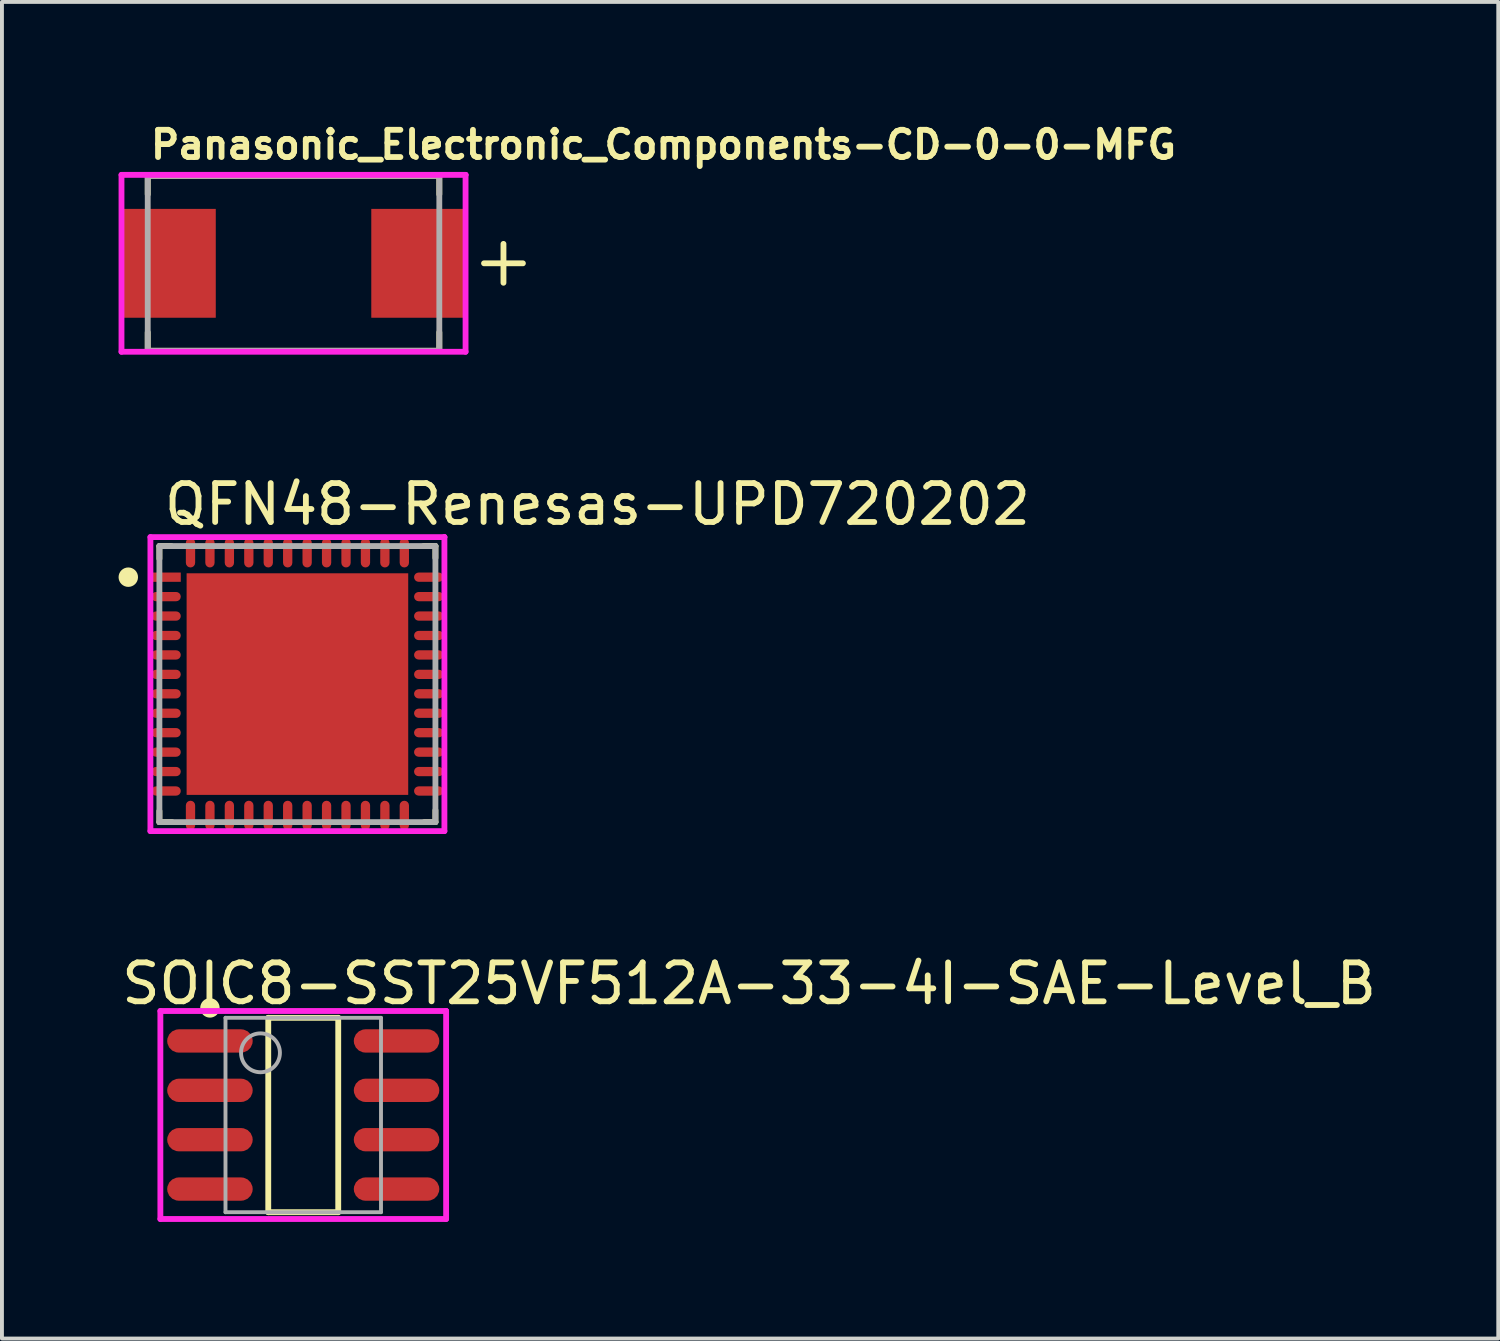
<source format=kicad_pcb>
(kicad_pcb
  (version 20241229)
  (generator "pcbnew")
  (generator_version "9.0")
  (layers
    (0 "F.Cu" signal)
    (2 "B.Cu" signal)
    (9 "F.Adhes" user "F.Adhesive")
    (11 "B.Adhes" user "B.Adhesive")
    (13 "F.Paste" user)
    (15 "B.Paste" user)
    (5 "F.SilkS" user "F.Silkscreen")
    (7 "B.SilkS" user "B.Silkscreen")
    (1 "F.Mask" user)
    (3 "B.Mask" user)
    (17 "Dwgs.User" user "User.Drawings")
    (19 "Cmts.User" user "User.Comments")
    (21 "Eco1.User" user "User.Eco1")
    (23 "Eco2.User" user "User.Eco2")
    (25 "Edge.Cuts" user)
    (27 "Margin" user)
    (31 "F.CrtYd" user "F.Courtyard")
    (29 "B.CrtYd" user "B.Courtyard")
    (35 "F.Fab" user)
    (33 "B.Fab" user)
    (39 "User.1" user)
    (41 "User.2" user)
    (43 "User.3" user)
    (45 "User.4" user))
  (footprint "Panasonic_Electronic_Components-CD-0-0-MFG"
    (layer "F.Cu")
    (at 4.5 3.723)
    (property "Reference" "Panasonic_Electronic_Components-CD-0-0-MFG" (at -3.75 -3.05 0) (layer "F.SilkS") (effects (font (size 0.7 0.7) (thickness 0.15)) (justify left)))
    (attr through_hole)
    (fp_line (start -3.75 -2.25) (end 3.75 -2.25) (stroke (width 0.15) (type solid)) (layer "F.SilkS"))
    (fp_line (start -3.75 -1.775) (end -3.75 -2.25) (stroke (width 0.15) (type solid)) (layer "F.SilkS"))
    (fp_line (start -3.75 2.25) (end -3.75 1.775) (stroke (width 0.15) (type solid)) (layer "F.SilkS"))
    (fp_line (start -3.75 2.25) (end 3.75 2.25) (stroke (width 0.15) (type solid)) (layer "F.SilkS"))
    (fp_line (start 3.75 -1.775) (end 3.75 -2.25) (stroke (width 0.15) (type solid)) (layer "F.SilkS"))
    (fp_line (start 3.75 2.25) (end 3.75 1.775) (stroke (width 0.15) (type solid)) (layer "F.SilkS"))
    (fp_line (start 4.9 0) (end 5.9 0) (stroke (width 0.15) (type solid)) (layer "F.SilkS"))
    (fp_line (start 5.4 0.5) (end 5.4 -0.5) (stroke (width 0.15) (type solid)) (layer "F.SilkS"))
    (fp_line (start -4.425 -2.275) (end -4.425 2.275) (stroke (width 0.15) (type solid)) (layer "F.CrtYd"))
    (fp_line (start -4.425 2.275) (end 4.425 2.275) (stroke (width 0.15) (type solid)) (layer "F.CrtYd"))
    (fp_line (start 4.425 -2.275) (end -4.425 -2.275) (stroke (width 0.15) (type solid)) (layer "F.CrtYd"))
    (fp_line (start 4.425 -2.275) (end 4.425 -2.275) (stroke (width 0.15) (type solid)) (layer "F.CrtYd"))
    (fp_line (start 4.425 2.275) (end 4.425 -2.275) (stroke (width 0.15) (type solid)) (layer "F.CrtYd"))
    (fp_line (start -3.75 -2.25) (end 3.75 -2.25) (stroke (width 0.15) (type solid)) (layer "F.Fab"))
    (fp_line (start -3.75 2.25) (end -3.75 -2.25) (stroke (width 0.15) (type solid)) (layer "F.Fab"))
    (fp_line (start 3.75 -2.25) (end 3.75 2.25) (stroke (width 0.15) (type solid)) (layer "F.Fab"))
    (fp_line (start 3.75 2.25) (end -3.75 2.25) (stroke (width 0.15) (type solid)) (layer "F.Fab"))
    (pad "1" smd rect (at 3.2 0) (size 2.4 2.8) (layers "F.Cu" "F.Mask" "F.Paste"))
    (pad "2" smd rect (at -3.2 0) (size 2.4 2.8) (layers "F.Cu" "F.Mask" "F.Paste")))
  (footprint "SOIC8-SST25VF512A-33-4I-SAE-Level_B"
    (layer "F.Cu")
    (at 4.75 25.63)
    (property "Reference" "SOIC8-SST25VF512A-33-4I-SAE-Level_B" (at -4.75 -3.38 0) (layer "F.SilkS") (effects (font (size 1 1) (thickness 0.15)) (justify left)))
    (attr through_hole)
    (fp_line (start -0.9 -2.5) (end 0.9 -2.5) (stroke (width 0.15) (type solid)) (layer "F.SilkS"))
    (fp_line (start -0.9 2.5) (end -0.9 -2.5) (stroke (width 0.15) (type solid)) (layer "F.SilkS"))
    (fp_line (start -0.9 2.5) (end 0.9 2.5) (stroke (width 0.15) (type solid)) (layer "F.SilkS"))
    (fp_line (start 0.9 2.5) (end 0.9 -2.5) (stroke (width 0.15) (type solid)) (layer "F.SilkS"))
    (fp_circle (center -2.4 -2.755) (end -2.275 -2.755) (stroke (width 0.25) (type solid)) (fill no) (layer "F.SilkS"))
    (fp_line (start -3.675 -2.675) (end -3.675 2.675) (stroke (width 0.15) (type solid)) (layer "F.CrtYd"))
    (fp_line (start -3.675 2.675) (end 3.675 2.675) (stroke (width 0.15) (type solid)) (layer "F.CrtYd"))
    (fp_line (start 3.675 -2.675) (end -3.675 -2.675) (stroke (width 0.15) (type solid)) (layer "F.CrtYd"))
    (fp_line (start 3.675 -2.675) (end 3.675 -2.675) (stroke (width 0.15) (type solid)) (layer "F.CrtYd"))
    (fp_line (start 3.675 2.675) (end 3.675 -2.675) (stroke (width 0.15) (type solid)) (layer "F.CrtYd"))
    (fp_line (start -2 -2.5) (end 2 -2.5) (stroke (width 0.1) (type solid)) (layer "F.Fab"))
    (fp_line (start -2 2.5) (end -2 -2.5) (stroke (width 0.1) (type solid)) (layer "F.Fab"))
    (fp_line (start -2 2.5) (end 2 2.5) (stroke (width 0.1) (type solid)) (layer "F.Fab"))
    (fp_line (start 2 2.5) (end 2 -2.5) (stroke (width 0.1) (type solid)) (layer "F.Fab"))
    (fp_circle (center -1.1 -1.6) (end -0.6 -1.6) (stroke (width 0.1) (type solid)) (fill no) (layer "F.Fab"))
    (pad "1" smd roundrect (at -2.4 -1.905 270) (size 0.6 2.2) (layers "F.Cu" "F.Mask" "F.Paste") (roundrect_rratio 0.5))
    (pad "2" smd roundrect (at -2.4 -0.635 270) (size 0.6 2.2) (layers "F.Cu" "F.Mask" "F.Paste") (roundrect_rratio 0.5))
    (pad "3" smd roundrect (at -2.4 0.635 270) (size 0.6 2.2) (layers "F.Cu" "F.Mask" "F.Paste") (roundrect_rratio 0.5))
    (pad "4" smd roundrect (at -2.4 1.905 270) (size 0.6 2.2) (layers "F.Cu" "F.Mask" "F.Paste") (roundrect_rratio 0.5))
    (pad "5" smd roundrect (at 2.4 1.905 270) (size 0.6 2.2) (layers "F.Cu" "F.Mask" "F.Paste") (roundrect_rratio 0.5))
    (pad "6" smd roundrect (at 2.4 0.635 270) (size 0.6 2.2) (layers "F.Cu" "F.Mask" "F.Paste") (roundrect_rratio 0.5))
    (pad "7" smd roundrect (at 2.4 -0.635 270) (size 0.6 2.2) (layers "F.Cu" "F.Mask" "F.Paste") (roundrect_rratio 0.5))
    (pad "8" smd roundrect (at 2.4 -1.905 270) (size 0.6 2.2) (layers "F.Cu" "F.Mask" "F.Paste") (roundrect_rratio 0.5)))
  (footprint "QFN48-Renesas-UPD720202"
    (layer "F.Cu")
    (at 4.6 14.546)
    (property "Reference" "QFN48-Renesas-UPD720202" (at -3.5 -4.625 0) (layer "F.SilkS") (effects (font (size 1 1) (thickness 0.15)) (justify left)))
    (attr through_hole)
    (fp_line (start -3.55 -3.55) (end -3.245 -3.55) (stroke (width 0.15) (type solid)) (layer "F.SilkS"))
    (fp_line (start -3.55 -3.225) (end -3.55 -3.55) (stroke (width 0.15) (type solid)) (layer "F.SilkS"))
    (fp_line (start -3.55 3.55) (end -3.55 3.264) (stroke (width 0.15) (type solid)) (layer "F.SilkS"))
    (fp_line (start -3.55 3.55) (end -3.225 3.55) (stroke (width 0.15) (type solid)) (layer "F.SilkS"))
    (fp_line (start 3.245 -3.55) (end 3.55 -3.55) (stroke (width 0.15) (type solid)) (layer "F.SilkS"))
    (fp_line (start 3.264 3.55) (end 3.55 3.55) (stroke (width 0.15) (type solid)) (layer "F.SilkS"))
    (fp_line (start 3.55 -3.245) (end 3.55 -3.55) (stroke (width 0.15) (type solid)) (layer "F.SilkS"))
    (fp_line (start 3.55 3.55) (end 3.55 3.245) (stroke (width 0.15) (type solid)) (layer "F.SilkS"))
    (fp_circle (center -4.35 -2.75) (end -4.225 -2.75) (stroke (width 0.25) (type solid)) (fill no) (layer "F.SilkS"))
    (fp_line (start -3.781 -3.781) (end -3.781 3.781) (stroke (width 0.15) (type solid)) (layer "F.CrtYd"))
    (fp_line (start -3.781 3.781) (end 3.781 3.781) (stroke (width 0.15) (type solid)) (layer "F.CrtYd"))
    (fp_line (start 3.781 -3.781) (end -3.781 -3.781) (stroke (width 0.15) (type solid)) (layer "F.CrtYd"))
    (fp_line (start 3.781 -3.781) (end 3.781 -3.781) (stroke (width 0.15) (type solid)) (layer "F.CrtYd"))
    (fp_line (start 3.781 3.781) (end 3.781 -3.781) (stroke (width 0.15) (type solid)) (layer "F.CrtYd"))
    (fp_line (start -3.55 -3.55) (end 3.55 -3.55) (stroke (width 0.15) (type solid)) (layer "F.Fab"))
    (fp_line (start -3.55 3.55) (end -3.55 -3.55) (stroke (width 0.15) (type solid)) (layer "F.Fab"))
    (fp_line (start 3.55 -3.55) (end 3.55 3.55) (stroke (width 0.15) (type solid)) (layer "F.Fab"))
    (fp_line (start 3.55 3.55) (end -3.55 3.55) (stroke (width 0.15) (type solid)) (layer "F.Fab"))
    (pad "" smd rect (at -1.25 -1.25) (size 1.802 1.802) (layers "F.Paste"))
    (pad "" smd rect (at -1.25 1.25) (size 1.802 1.802) (layers "F.Paste"))
    (pad "" smd rect (at 1.25 -1.25) (size 1.802 1.802) (layers "F.Paste"))
    (pad "" smd rect (at 1.25 1.25) (size 1.802 1.802) (layers "F.Paste"))
    (pad "1" smd rect (at -3.378 -2.75) (size 0.756 0.239) (layers "F.Cu" "F.Mask" "F.Paste"))
    (pad "2" smd roundrect (at -3.378 -2.25) (size 0.756 0.239) (layers "F.Cu" "F.Mask" "F.Paste") (roundrect_rratio 0.5))
    (pad "3" smd roundrect (at -3.378 -1.75) (size 0.756 0.239) (layers "F.Cu" "F.Mask" "F.Paste") (roundrect_rratio 0.5))
    (pad "4" smd roundrect (at -3.378 -1.25) (size 0.756 0.239) (layers "F.Cu" "F.Mask" "F.Paste") (roundrect_rratio 0.5))
    (pad "5" smd roundrect (at -3.378 -0.75) (size 0.756 0.239) (layers "F.Cu" "F.Mask" "F.Paste") (roundrect_rratio 0.5))
    (pad "6" smd roundrect (at -3.378 -0.25) (size 0.756 0.239) (layers "F.Cu" "F.Mask" "F.Paste") (roundrect_rratio 0.5))
    (pad "7" smd roundrect (at -3.378 0.25) (size 0.756 0.239) (layers "F.Cu" "F.Mask" "F.Paste") (roundrect_rratio 0.5))
    (pad "8" smd roundrect (at -3.378 0.75) (size 0.756 0.239) (layers "F.Cu" "F.Mask" "F.Paste") (roundrect_rratio 0.5))
    (pad "9" smd roundrect (at -3.378 1.25) (size 0.756 0.239) (layers "F.Cu" "F.Mask" "F.Paste") (roundrect_rratio 0.5))
    (pad "10" smd roundrect (at -3.378 1.75) (size 0.756 0.239) (layers "F.Cu" "F.Mask" "F.Paste") (roundrect_rratio 0.5))
    (pad "11" smd roundrect (at -3.378 2.25) (size 0.756 0.239) (layers "F.Cu" "F.Mask" "F.Paste") (roundrect_rratio 0.5))
    (pad "12" smd roundrect (at -3.378 2.75) (size 0.756 0.239) (layers "F.Cu" "F.Mask" "F.Paste") (roundrect_rratio 0.5))
    (pad "13" smd roundrect (at -2.75 3.378) (size 0.239 0.756) (layers "F.Cu" "F.Mask" "F.Paste") (roundrect_rratio 0.5))
    (pad "14" smd roundrect (at -2.25 3.378) (size 0.239 0.756) (layers "F.Cu" "F.Mask" "F.Paste") (roundrect_rratio 0.5))
    (pad "15" smd roundrect (at -1.75 3.378) (size 0.239 0.756) (layers "F.Cu" "F.Mask" "F.Paste") (roundrect_rratio 0.5))
    (pad "16" smd roundrect (at -1.25 3.378) (size 0.239 0.756) (layers "F.Cu" "F.Mask" "F.Paste") (roundrect_rratio 0.5))
    (pad "17" smd roundrect (at -0.75 3.378) (size 0.239 0.756) (layers "F.Cu" "F.Mask" "F.Paste") (roundrect_rratio 0.5))
    (pad "18" smd roundrect (at -0.25 3.378) (size 0.239 0.756) (layers "F.Cu" "F.Mask" "F.Paste") (roundrect_rratio 0.5))
    (pad "19" smd roundrect (at 0.25 3.378) (size 0.239 0.756) (layers "F.Cu" "F.Mask" "F.Paste") (roundrect_rratio 0.5))
    (pad "20" smd roundrect (at 0.75 3.378) (size 0.239 0.756) (layers "F.Cu" "F.Mask" "F.Paste") (roundrect_rratio 0.5))
    (pad "21" smd roundrect (at 1.25 3.378) (size 0.239 0.756) (layers "F.Cu" "F.Mask" "F.Paste") (roundrect_rratio 0.5))
    (pad "22" smd roundrect (at 1.75 3.378) (size 0.239 0.756) (layers "F.Cu" "F.Mask" "F.Paste") (roundrect_rratio 0.5))
    (pad "23" smd roundrect (at 2.25 3.378) (size 0.239 0.756) (layers "F.Cu" "F.Mask" "F.Paste") (roundrect_rratio 0.5))
    (pad "24" smd roundrect (at 2.75 3.378) (size 0.239 0.756) (layers "F.Cu" "F.Mask" "F.Paste") (roundrect_rratio 0.5))
    (pad "25" smd roundrect (at 3.378 2.75) (size 0.756 0.239) (layers "F.Cu" "F.Mask" "F.Paste") (roundrect_rratio 0.5))
    (pad "26" smd roundrect (at 3.378 2.25) (size 0.756 0.239) (layers "F.Cu" "F.Mask" "F.Paste") (roundrect_rratio 0.5))
    (pad "27" smd roundrect (at 3.378 1.75) (size 0.756 0.239) (layers "F.Cu" "F.Mask" "F.Paste") (roundrect_rratio 0.5))
    (pad "28" smd roundrect (at 3.378 1.25) (size 0.756 0.239) (layers "F.Cu" "F.Mask" "F.Paste") (roundrect_rratio 0.5))
    (pad "29" smd roundrect (at 3.378 0.75) (size 0.756 0.239) (layers "F.Cu" "F.Mask" "F.Paste") (roundrect_rratio 0.5))
    (pad "30" smd roundrect (at 3.378 0.25) (size 0.756 0.239) (layers "F.Cu" "F.Mask" "F.Paste") (roundrect_rratio 0.5))
    (pad "31" smd roundrect (at 3.378 -0.25) (size 0.756 0.239) (layers "F.Cu" "F.Mask" "F.Paste") (roundrect_rratio 0.5))
    (pad "32" smd roundrect (at 3.378 -0.75) (size 0.756 0.239) (layers "F.Cu" "F.Mask" "F.Paste") (roundrect_rratio 0.5))
    (pad "33" smd roundrect (at 3.378 -1.25) (size 0.756 0.239) (layers "F.Cu" "F.Mask" "F.Paste") (roundrect_rratio 0.5))
    (pad "34" smd roundrect (at 3.378 -1.75) (size 0.756 0.239) (layers "F.Cu" "F.Mask" "F.Paste") (roundrect_rratio 0.5))
    (pad "35" smd roundrect (at 3.378 -2.25) (size 0.756 0.239) (layers "F.Cu" "F.Mask" "F.Paste") (roundrect_rratio 0.5))
    (pad "36" smd roundrect (at 3.378 -2.75) (size 0.756 0.239) (layers "F.Cu" "F.Mask" "F.Paste") (roundrect_rratio 0.5))
    (pad "37" smd roundrect (at 2.75 -3.378) (size 0.239 0.756) (layers "F.Cu" "F.Mask" "F.Paste") (roundrect_rratio 0.5))
    (pad "38" smd roundrect (at 2.25 -3.378) (size 0.239 0.756) (layers "F.Cu" "F.Mask" "F.Paste") (roundrect_rratio 0.5))
    (pad "39" smd roundrect (at 1.75 -3.378) (size 0.239 0.756) (layers "F.Cu" "F.Mask" "F.Paste") (roundrect_rratio 0.5))
    (pad "40" smd roundrect (at 1.25 -3.378) (size 0.239 0.756) (layers "F.Cu" "F.Mask" "F.Paste") (roundrect_rratio 0.5))
    (pad "41" smd roundrect (at 0.75 -3.378) (size 0.239 0.756) (layers "F.Cu" "F.Mask" "F.Paste") (roundrect_rratio 0.5))
    (pad "42" smd roundrect (at 0.25 -3.378) (size 0.239 0.756) (layers "F.Cu" "F.Mask" "F.Paste") (roundrect_rratio 0.5))
    (pad "43" smd roundrect (at -0.25 -3.378) (size 0.239 0.756) (layers "F.Cu" "F.Mask" "F.Paste") (roundrect_rratio 0.5))
    (pad "44" smd roundrect (at -0.75 -3.378) (size 0.239 0.756) (layers "F.Cu" "F.Mask" "F.Paste") (roundrect_rratio 0.5))
    (pad "45" smd roundrect (at -1.25 -3.378) (size 0.239 0.756) (layers "F.Cu" "F.Mask" "F.Paste") (roundrect_rratio 0.5))
    (pad "46" smd roundrect (at -1.75 -3.378) (size 0.239 0.756) (layers "F.Cu" "F.Mask" "F.Paste") (roundrect_rratio 0.5))
    (pad "47" smd roundrect (at -2.25 -3.378) (size 0.239 0.756) (layers "F.Cu" "F.Mask" "F.Paste") (roundrect_rratio 0.5))
    (pad "48" smd roundrect (at -2.75 -3.378) (size 0.239 0.756) (layers "F.Cu" "F.Mask" "F.Paste") (roundrect_rratio 0.5))
    (pad "49" smd rect (at 0 0) (size 5.7 5.7) (layers "F.Cu" "F.Mask")))
  (gr_rect
    (start -3 -3)
    (end 35.488 31.38)
    (stroke (width 0.1) (type default))
    (fill no)
    (layer "Edge.Cuts")))
</source>
